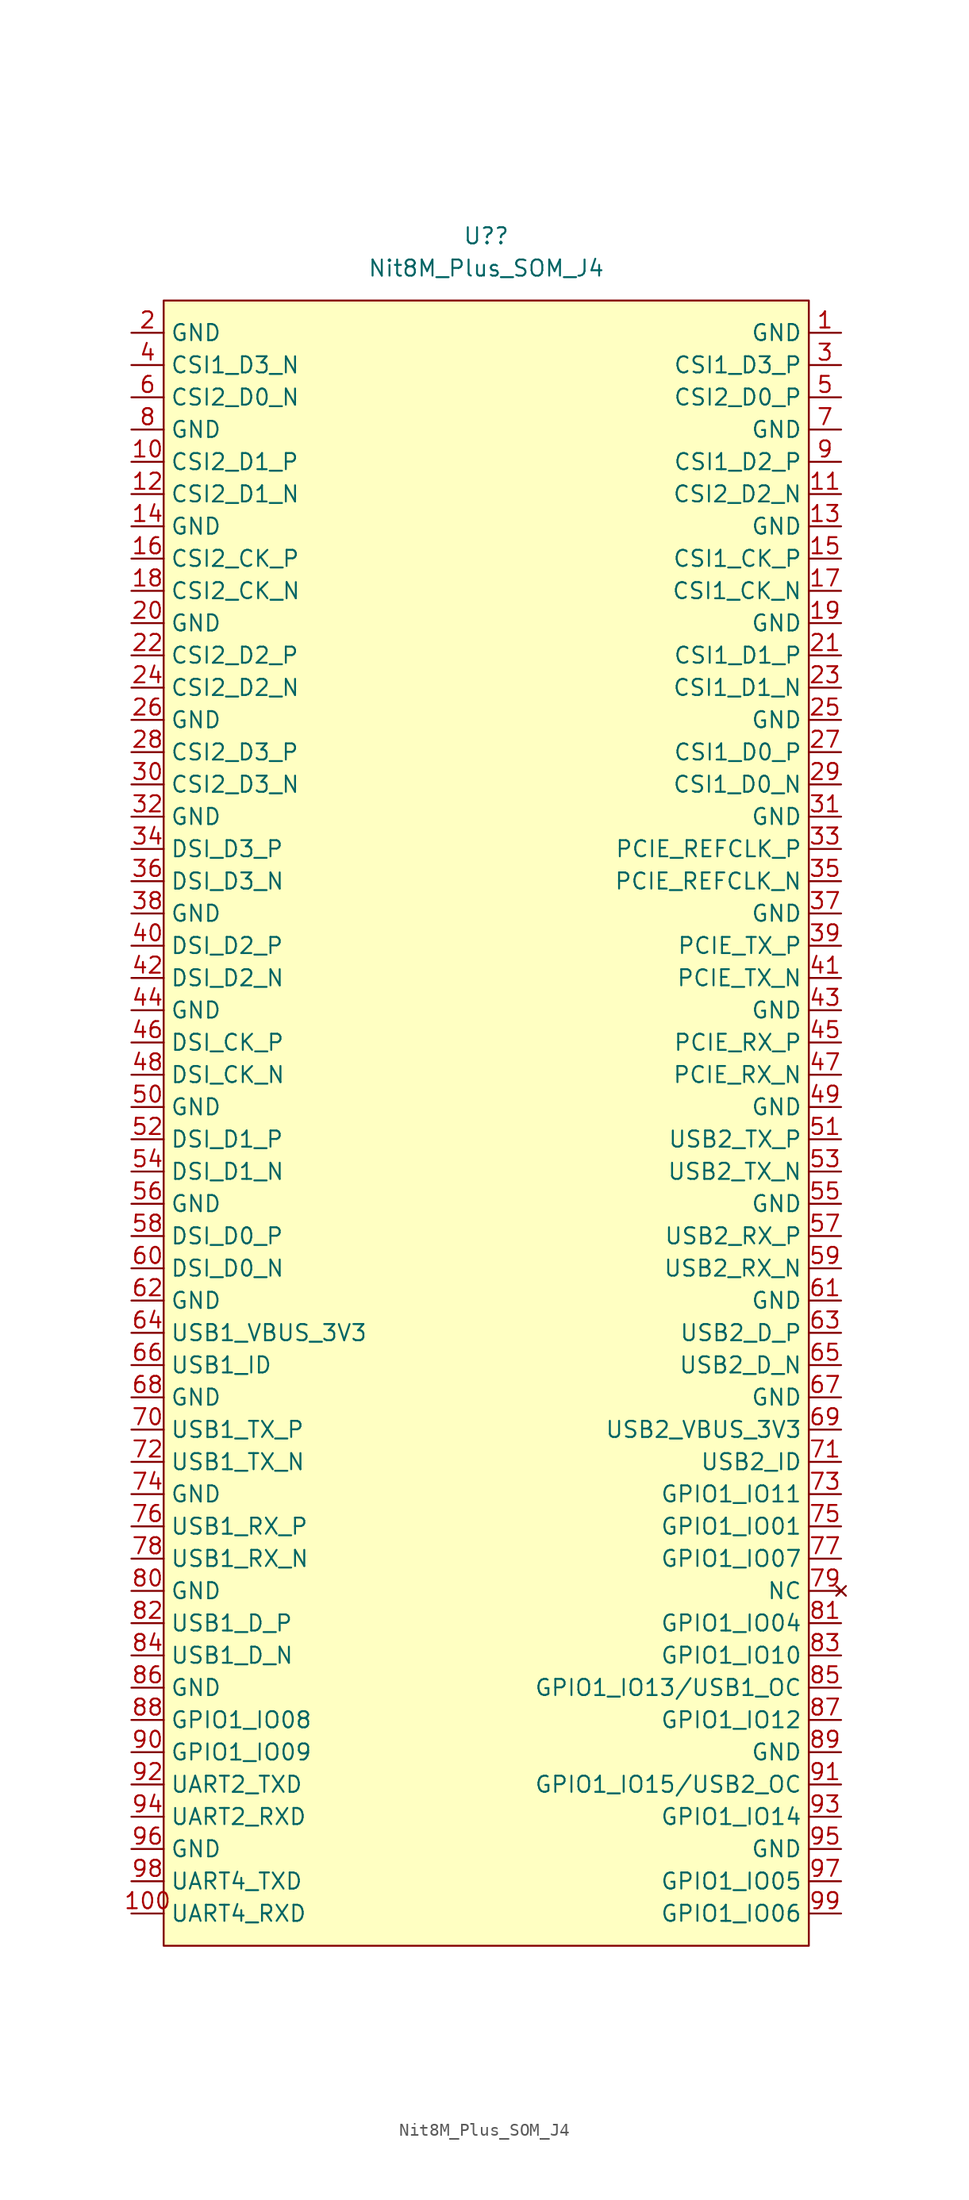
<source format=kicad_sym>
(kicad_symbol_lib
  (version 20211014)
  (generator kicad_symbol_editor)
  (symbol "Nit8M_Plus_SOM_J4"
    (property "Reference" "U?"
      (at 0 44.45 0)
      (effects (font (size 1.27 1.27))))
    (property "Value" "Nit8M_Plus_SOM_J4"
      (at 0 41.91 0)
      (effects (font (size 1.27 1.27))))
    (symbol "Nit8M_Plus_SOM_J4_0_1"
      (rectangle (start -25.4 39.37) (end 25.4 -90.17) (stroke (width 0) (type default) (color 0 0 0 0)) (fill (type background))))
    (symbol "Nit8M_Plus_SOM_J4_1_1"
      (pin input line (at 27.94 36.83 180) (length 2.54) (name "GND" (effects (font (size 1.27 1.27)))) (number "1" (effects (font (size 1.27 1.27)))))
      (pin input line (at -27.94 26.67 0) (length 2.54) (name "CSI2_D1_P" (effects (font (size 1.27 1.27)))) (number "10" (effects (font (size 1.27 1.27)))))
      (pin input line (at -27.94 -87.63 0) (length 2.54) (name "UART4_RXD" (effects (font (size 1.27 1.27)))) (number "100" (effects (font (size 1.27 1.27)))))
      (pin input line (at 27.94 24.13 180) (length 2.54) (name "CSI2_D2_N" (effects (font (size 1.27 1.27)))) (number "11" (effects (font (size 1.27 1.27)))))
      (pin input line (at -27.94 24.13 0) (length 2.54) (name "CSI2_D1_N" (effects (font (size 1.27 1.27)))) (number "12" (effects (font (size 1.27 1.27)))))
      (pin input line (at 27.94 21.59 180) (length 2.54) (name "GND" (effects (font (size 1.27 1.27)))) (number "13" (effects (font (size 1.27 1.27)))))
      (pin input line (at -27.94 21.59 0) (length 2.54) (name "GND" (effects (font (size 1.27 1.27)))) (number "14" (effects (font (size 1.27 1.27)))))
      (pin input line (at 27.94 19.05 180) (length 2.54) (name "CSI1_CK_P" (effects (font (size 1.27 1.27)))) (number "15" (effects (font (size 1.27 1.27)))))
      (pin input line (at -27.94 19.05 0) (length 2.54) (name "CSI2_CK_P" (effects (font (size 1.27 1.27)))) (number "16" (effects (font (size 1.27 1.27)))))
      (pin input line (at 27.94 16.51 180) (length 2.54) (name "CSI1_CK_N" (effects (font (size 1.27 1.27)))) (number "17" (effects (font (size 1.27 1.27)))))
      (pin input line (at -27.94 16.51 0) (length 2.54) (name "CSI2_CK_N" (effects (font (size 1.27 1.27)))) (number "18" (effects (font (size 1.27 1.27)))))
      (pin input line (at 27.94 13.97 180) (length 2.54) (name "GND" (effects (font (size 1.27 1.27)))) (number "19" (effects (font (size 1.27 1.27)))))
      (pin input line (at -27.94 36.83 0) (length 2.54) (name "GND" (effects (font (size 1.27 1.27)))) (number "2" (effects (font (size 1.27 1.27)))))
      (pin input line (at -27.94 13.97 0) (length 2.54) (name "GND" (effects (font (size 1.27 1.27)))) (number "20" (effects (font (size 1.27 1.27)))))
      (pin input line (at 27.94 11.43 180) (length 2.54) (name "CSI1_D1_P" (effects (font (size 1.27 1.27)))) (number "21" (effects (font (size 1.27 1.27)))))
      (pin input line (at -27.94 11.43 0) (length 2.54) (name "CSI2_D2_P" (effects (font (size 1.27 1.27)))) (number "22" (effects (font (size 1.27 1.27)))))
      (pin input line (at 27.94 8.89 180) (length 2.54) (name "CSI1_D1_N" (effects (font (size 1.27 1.27)))) (number "23" (effects (font (size 1.27 1.27)))))
      (pin input line (at -27.94 8.89 0) (length 2.54) (name "CSI2_D2_N" (effects (font (size 1.27 1.27)))) (number "24" (effects (font (size 1.27 1.27)))))
      (pin input line (at 27.94 6.35 180) (length 2.54) (name "GND" (effects (font (size 1.27 1.27)))) (number "25" (effects (font (size 1.27 1.27)))))
      (pin input line (at -27.94 6.35 0) (length 2.54) (name "GND" (effects (font (size 1.27 1.27)))) (number "26" (effects (font (size 1.27 1.27)))))
      (pin input line (at 27.94 3.81 180) (length 2.54) (name "CSI1_D0_P" (effects (font (size 1.27 1.27)))) (number "27" (effects (font (size 1.27 1.27)))))
      (pin input line (at -27.94 3.81 0) (length 2.54) (name "CSI2_D3_P" (effects (font (size 1.27 1.27)))) (number "28" (effects (font (size 1.27 1.27)))))
      (pin input line (at 27.94 1.27 180) (length 2.54) (name "CSI1_D0_N" (effects (font (size 1.27 1.27)))) (number "29" (effects (font (size 1.27 1.27)))))
      (pin input line (at 27.94 34.29 180) (length 2.54) (name "CSI1_D3_P" (effects (font (size 1.27 1.27)))) (number "3" (effects (font (size 1.27 1.27)))))
      (pin input line (at -27.94 1.27 0) (length 2.54) (name "CSI2_D3_N" (effects (font (size 1.27 1.27)))) (number "30" (effects (font (size 1.27 1.27)))))
      (pin input line (at 27.94 -1.27 180) (length 2.54) (name "GND" (effects (font (size 1.27 1.27)))) (number "31" (effects (font (size 1.27 1.27)))))
      (pin input line (at -27.94 -1.27 0) (length 2.54) (name "GND" (effects (font (size 1.27 1.27)))) (number "32" (effects (font (size 1.27 1.27)))))
      (pin input line (at 27.94 -3.81 180) (length 2.54) (name "PCIE_REFCLK_P" (effects (font (size 1.27 1.27)))) (number "33" (effects (font (size 1.27 1.27)))))
      (pin input line (at -27.94 -3.81 0) (length 2.54) (name "DSI_D3_P" (effects (font (size 1.27 1.27)))) (number "34" (effects (font (size 1.27 1.27)))))
      (pin input line (at 27.94 -6.35 180) (length 2.54) (name "PCIE_REFCLK_N" (effects (font (size 1.27 1.27)))) (number "35" (effects (font (size 1.27 1.27)))))
      (pin input line (at -27.94 -6.35 0) (length 2.54) (name "DSI_D3_N" (effects (font (size 1.27 1.27)))) (number "36" (effects (font (size 1.27 1.27)))))
      (pin input line (at 27.94 -8.89 180) (length 2.54) (name "GND" (effects (font (size 1.27 1.27)))) (number "37" (effects (font (size 1.27 1.27)))))
      (pin input line (at -27.94 -8.89 0) (length 2.54) (name "GND" (effects (font (size 1.27 1.27)))) (number "38" (effects (font (size 1.27 1.27)))))
      (pin input line (at 27.94 -11.43 180) (length 2.54) (name "PCIE_TX_P" (effects (font (size 1.27 1.27)))) (number "39" (effects (font (size 1.27 1.27)))))
      (pin input line (at -27.94 34.29 0) (length 2.54) (name "CSI1_D3_N" (effects (font (size 1.27 1.27)))) (number "4" (effects (font (size 1.27 1.27)))))
      (pin input line (at -27.94 -11.43 0) (length 2.54) (name "DSI_D2_P" (effects (font (size 1.27 1.27)))) (number "40" (effects (font (size 1.27 1.27)))))
      (pin input line (at 27.94 -13.97 180) (length 2.54) (name "PCIE_TX_N" (effects (font (size 1.27 1.27)))) (number "41" (effects (font (size 1.27 1.27)))))
      (pin input line (at -27.94 -13.97 0) (length 2.54) (name "DSI_D2_N" (effects (font (size 1.27 1.27)))) (number "42" (effects (font (size 1.27 1.27)))))
      (pin input line (at 27.94 -16.51 180) (length 2.54) (name "GND" (effects (font (size 1.27 1.27)))) (number "43" (effects (font (size 1.27 1.27)))))
      (pin input line (at -27.94 -16.51 0) (length 2.54) (name "GND" (effects (font (size 1.27 1.27)))) (number "44" (effects (font (size 1.27 1.27)))))
      (pin input line (at 27.94 -19.05 180) (length 2.54) (name "PCIE_RX_P" (effects (font (size 1.27 1.27)))) (number "45" (effects (font (size 1.27 1.27)))))
      (pin input line (at -27.94 -19.05 0) (length 2.54) (name "DSI_CK_P" (effects (font (size 1.27 1.27)))) (number "46" (effects (font (size 1.27 1.27)))))
      (pin input line (at 27.94 -21.59 180) (length 2.54) (name "PCIE_RX_N" (effects (font (size 1.27 1.27)))) (number "47" (effects (font (size 1.27 1.27)))))
      (pin input line (at -27.94 -21.59 0) (length 2.54) (name "DSI_CK_N" (effects (font (size 1.27 1.27)))) (number "48" (effects (font (size 1.27 1.27)))))
      (pin input line (at 27.94 -24.13 180) (length 2.54) (name "GND" (effects (font (size 1.27 1.27)))) (number "49" (effects (font (size 1.27 1.27)))))
      (pin input line (at 27.94 31.75 180) (length 2.54) (name "CSI2_D0_P" (effects (font (size 1.27 1.27)))) (number "5" (effects (font (size 1.27 1.27)))))
      (pin input line (at -27.94 -24.13 0) (length 2.54) (name "GND" (effects (font (size 1.27 1.27)))) (number "50" (effects (font (size 1.27 1.27)))))
      (pin input line (at 27.94 -26.67 180) (length 2.54) (name "USB2_TX_P" (effects (font (size 1.27 1.27)))) (number "51" (effects (font (size 1.27 1.27)))))
      (pin input line (at -27.94 -26.67 0) (length 2.54) (name "DSI_D1_P" (effects (font (size 1.27 1.27)))) (number "52" (effects (font (size 1.27 1.27)))))
      (pin input line (at 27.94 -29.21 180) (length 2.54) (name "USB2_TX_N" (effects (font (size 1.27 1.27)))) (number "53" (effects (font (size 1.27 1.27)))))
      (pin input line (at -27.94 -29.21 0) (length 2.54) (name "DSI_D1_N" (effects (font (size 1.27 1.27)))) (number "54" (effects (font (size 1.27 1.27)))))
      (pin input line (at 27.94 -31.75 180) (length 2.54) (name "GND" (effects (font (size 1.27 1.27)))) (number "55" (effects (font (size 1.27 1.27)))))
      (pin input line (at -27.94 -31.75 0) (length 2.54) (name "GND" (effects (font (size 1.27 1.27)))) (number "56" (effects (font (size 1.27 1.27)))))
      (pin input line (at 27.94 -34.29 180) (length 2.54) (name "USB2_RX_P" (effects (font (size 1.27 1.27)))) (number "57" (effects (font (size 1.27 1.27)))))
      (pin input line (at -27.94 -34.29 0) (length 2.54) (name "DSI_D0_P" (effects (font (size 1.27 1.27)))) (number "58" (effects (font (size 1.27 1.27)))))
      (pin input line (at 27.94 -36.83 180) (length 2.54) (name "USB2_RX_N" (effects (font (size 1.27 1.27)))) (number "59" (effects (font (size 1.27 1.27)))))
      (pin input line (at -27.94 31.75 0) (length 2.54) (name "CSI2_D0_N" (effects (font (size 1.27 1.27)))) (number "6" (effects (font (size 1.27 1.27)))))
      (pin input line (at -27.94 -36.83 0) (length 2.54) (name "DSI_D0_N" (effects (font (size 1.27 1.27)))) (number "60" (effects (font (size 1.27 1.27)))))
      (pin input line (at 27.94 -39.37 180) (length 2.54) (name "GND" (effects (font (size 1.27 1.27)))) (number "61" (effects (font (size 1.27 1.27)))))
      (pin input line (at -27.94 -39.37 0) (length 2.54) (name "GND" (effects (font (size 1.27 1.27)))) (number "62" (effects (font (size 1.27 1.27)))))
      (pin input line (at 27.94 -41.91 180) (length 2.54) (name "USB2_D_P" (effects (font (size 1.27 1.27)))) (number "63" (effects (font (size 1.27 1.27)))))
      (pin input line (at -27.94 -41.91 0) (length 2.54) (name "USB1_VBUS_3V3" (effects (font (size 1.27 1.27)))) (number "64" (effects (font (size 1.27 1.27)))))
      (pin input line (at 27.94 -44.45 180) (length 2.54) (name "USB2_D_N" (effects (font (size 1.27 1.27)))) (number "65" (effects (font (size 1.27 1.27)))))
      (pin input line (at -27.94 -44.45 0) (length 2.54) (name "USB1_ID" (effects (font (size 1.27 1.27)))) (number "66" (effects (font (size 1.27 1.27)))))
      (pin input line (at 27.94 -46.99 180) (length 2.54) (name "GND" (effects (font (size 1.27 1.27)))) (number "67" (effects (font (size 1.27 1.27)))))
      (pin input line (at -27.94 -46.99 0) (length 2.54) (name "GND" (effects (font (size 1.27 1.27)))) (number "68" (effects (font (size 1.27 1.27)))))
      (pin input line (at 27.94 -49.53 180) (length 2.54) (name "USB2_VBUS_3V3" (effects (font (size 1.27 1.27)))) (number "69" (effects (font (size 1.27 1.27)))))
      (pin input line (at 27.94 29.21 180) (length 2.54) (name "GND" (effects (font (size 1.27 1.27)))) (number "7" (effects (font (size 1.27 1.27)))))
      (pin input line (at -27.94 -49.53 0) (length 2.54) (name "USB1_TX_P" (effects (font (size 1.27 1.27)))) (number "70" (effects (font (size 1.27 1.27)))))
      (pin input line (at 27.94 -52.07 180) (length 2.54) (name "USB2_ID" (effects (font (size 1.27 1.27)))) (number "71" (effects (font (size 1.27 1.27)))))
      (pin input line (at -27.94 -52.07 0) (length 2.54) (name "USB1_TX_N" (effects (font (size 1.27 1.27)))) (number "72" (effects (font (size 1.27 1.27)))))
      (pin input line (at 27.94 -54.61 180) (length 2.54) (name "GPIO1_IO11" (effects (font (size 1.27 1.27)))) (number "73" (effects (font (size 1.27 1.27)))))
      (pin input line (at -27.94 -54.61 0) (length 2.54) (name "GND" (effects (font (size 1.27 1.27)))) (number "74" (effects (font (size 1.27 1.27)))))
      (pin input line (at 27.94 -57.15 180) (length 2.54) (name "GPIO1_IO01" (effects (font (size 1.27 1.27)))) (number "75" (effects (font (size 1.27 1.27)))))
      (pin input line (at -27.94 -57.15 0) (length 2.54) (name "USB1_RX_P" (effects (font (size 1.27 1.27)))) (number "76" (effects (font (size 1.27 1.27)))))
      (pin input line (at 27.94 -59.69 180) (length 2.54) (name "GPIO1_IO07" (effects (font (size 1.27 1.27)))) (number "77" (effects (font (size 1.27 1.27)))))
      (pin input line (at -27.94 -59.69 0) (length 2.54) (name "USB1_RX_N" (effects (font (size 1.27 1.27)))) (number "78" (effects (font (size 1.27 1.27)))))
      (pin no_connect line (at 27.94 -62.23 180) (length 2.54) (name "NC" (effects (font (size 1.27 1.27)))) (number "79" (effects (font (size 1.27 1.27)))))
      (pin input line (at -27.94 29.21 0) (length 2.54) (name "GND" (effects (font (size 1.27 1.27)))) (number "8" (effects (font (size 1.27 1.27)))))
      (pin input line (at -27.94 -62.23 0) (length 2.54) (name "GND" (effects (font (size 1.27 1.27)))) (number "80" (effects (font (size 1.27 1.27)))))
      (pin input line (at 27.94 -64.77 180) (length 2.54) (name "GPIO1_IO04" (effects (font (size 1.27 1.27)))) (number "81" (effects (font (size 1.27 1.27)))))
      (pin input line (at -27.94 -64.77 0) (length 2.54) (name "USB1_D_P" (effects (font (size 1.27 1.27)))) (number "82" (effects (font (size 1.27 1.27)))))
      (pin input line (at 27.94 -67.31 180) (length 2.54) (name "GPIO1_IO10" (effects (font (size 1.27 1.27)))) (number "83" (effects (font (size 1.27 1.27)))))
      (pin input line (at -27.94 -67.31 0) (length 2.54) (name "USB1_D_N" (effects (font (size 1.27 1.27)))) (number "84" (effects (font (size 1.27 1.27)))))
      (pin input line (at 27.94 -69.85 180) (length 2.54) (name "GPIO1_IO13/USB1_OC" (effects (font (size 1.27 1.27)))) (number "85" (effects (font (size 1.27 1.27)))))
      (pin input line (at -27.94 -69.85 0) (length 2.54) (name "GND" (effects (font (size 1.27 1.27)))) (number "86" (effects (font (size 1.27 1.27)))))
      (pin input line (at 27.94 -72.39 180) (length 2.54) (name "GPIO1_IO12" (effects (font (size 1.27 1.27)))) (number "87" (effects (font (size 1.27 1.27)))))
      (pin input line (at -27.94 -72.39 0) (length 2.54) (name "GPIO1_IO08" (effects (font (size 1.27 1.27)))) (number "88" (effects (font (size 1.27 1.27)))))
      (pin input line (at 27.94 -74.93 180) (length 2.54) (name "GND" (effects (font (size 1.27 1.27)))) (number "89" (effects (font (size 1.27 1.27)))))
      (pin input line (at 27.94 26.67 180) (length 2.54) (name "CSI1_D2_P" (effects (font (size 1.27 1.27)))) (number "9" (effects (font (size 1.27 1.27)))))
      (pin input line (at -27.94 -74.93 0) (length 2.54) (name "GPIO1_IO09" (effects (font (size 1.27 1.27)))) (number "90" (effects (font (size 1.27 1.27)))))
      (pin input line (at 27.94 -77.47 180) (length 2.54) (name "GPIO1_IO15/USB2_OC" (effects (font (size 1.27 1.27)))) (number "91" (effects (font (size 1.27 1.27)))))
      (pin input line (at -27.94 -77.47 0) (length 2.54) (name "UART2_TXD" (effects (font (size 1.27 1.27)))) (number "92" (effects (font (size 1.27 1.27)))))
      (pin input line (at 27.94 -80.01 180) (length 2.54) (name "GPIO1_IO14" (effects (font (size 1.27 1.27)))) (number "93" (effects (font (size 1.27 1.27)))))
      (pin input line (at -27.94 -80.01 0) (length 2.54) (name "UART2_RXD" (effects (font (size 1.27 1.27)))) (number "94" (effects (font (size 1.27 1.27)))))
      (pin input line (at 27.94 -82.55 180) (length 2.54) (name "GND" (effects (font (size 1.27 1.27)))) (number "95" (effects (font (size 1.27 1.27)))))
      (pin input line (at -27.94 -82.55 0) (length 2.54) (name "GND" (effects (font (size 1.27 1.27)))) (number "96" (effects (font (size 1.27 1.27)))))
      (pin input line (at 27.94 -85.09 180) (length 2.54) (name "GPIO1_IO05" (effects (font (size 1.27 1.27)))) (number "97" (effects (font (size 1.27 1.27)))))
      (pin input line (at -27.94 -85.09 0) (length 2.54) (name "UART4_TXD" (effects (font (size 1.27 1.27)))) (number "98" (effects (font (size 1.27 1.27)))))
      (pin input line (at 27.94 -87.63 180) (length 2.54) (name "GPIO1_IO06" (effects (font (size 1.27 1.27)))) (number "99" (effects (font (size 1.27 1.27))))))))
</source>
